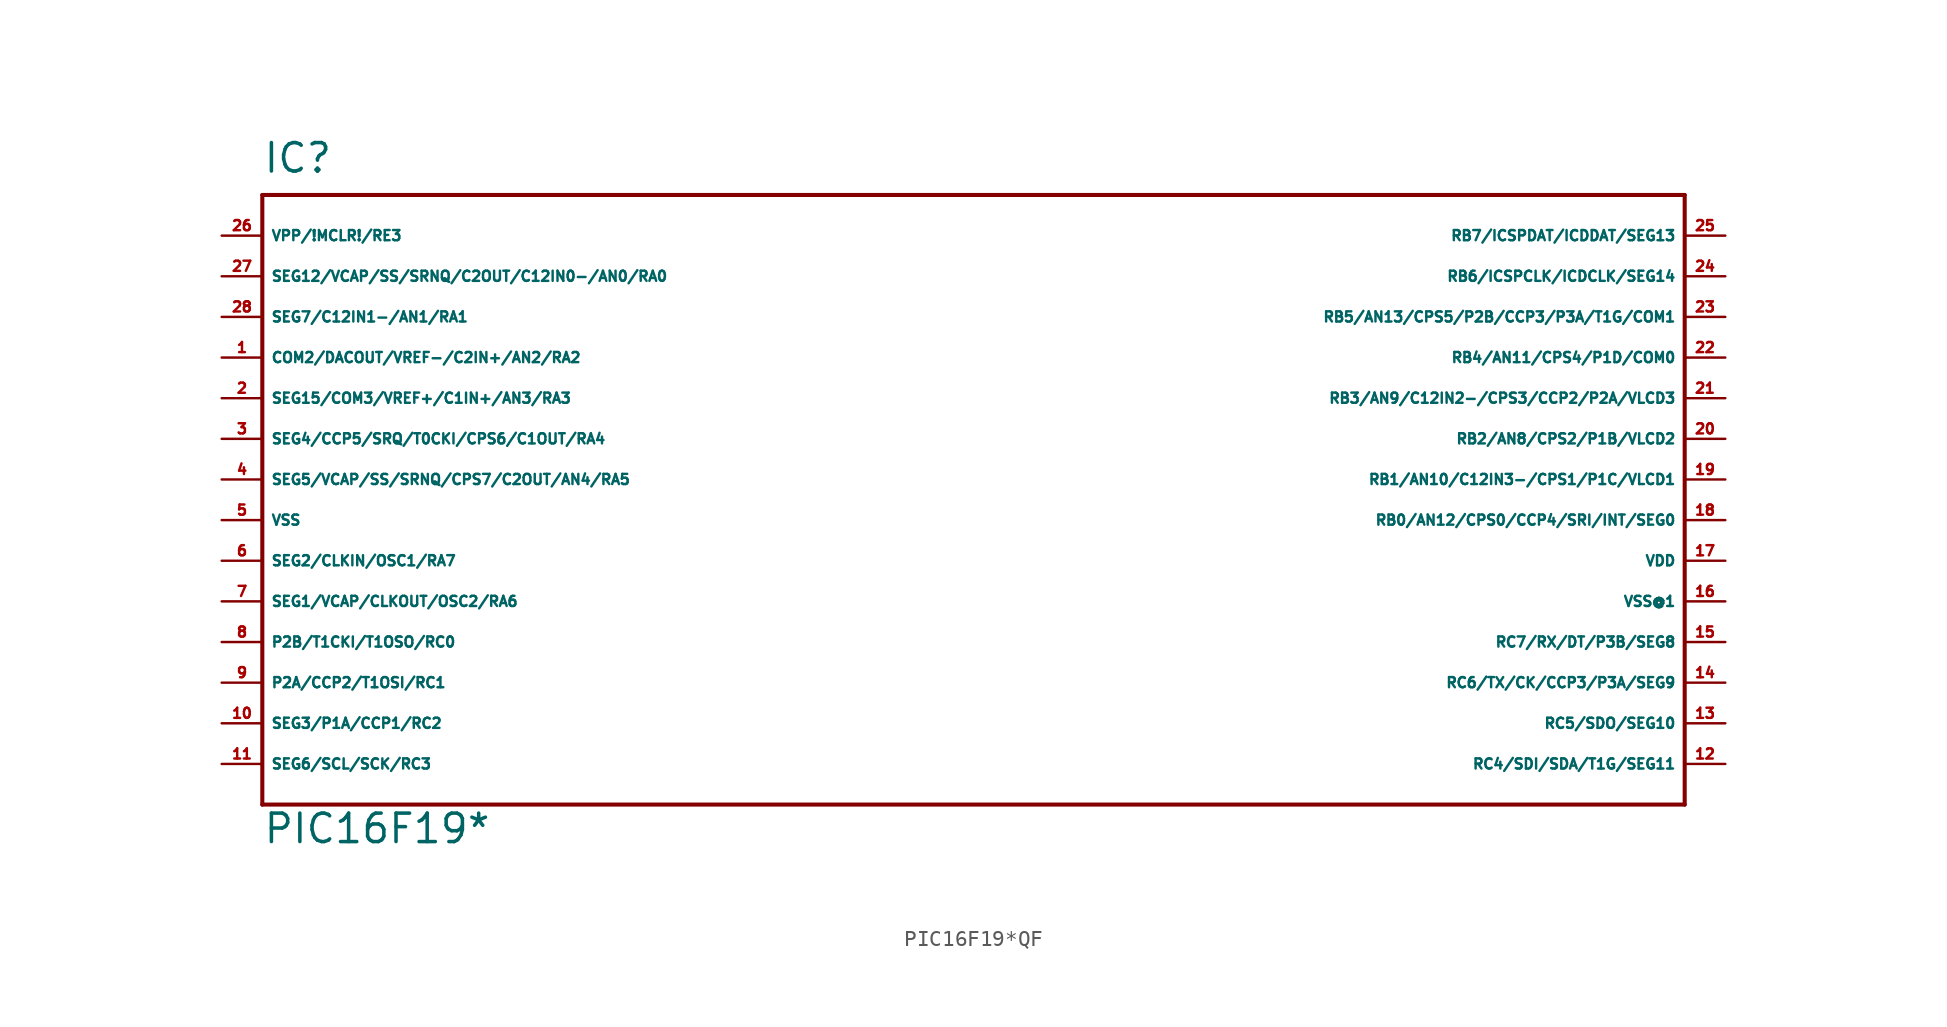
<source format=kicad_sym>
(kicad_symbol_lib
  (version 20220914)
  (generator Eagle2Kicad)
  (symbol "PIC16F19*QF"
    (property "Reference" "IC"
      (at -45.72 19.05 0)
      (effects (font (size 1.778 1.778) (thickness 0.22)) (justify left bottom)))
    (property "Value" "PIC16F19*"
      (at -45.72 -22.86 0)
      (effects (font (size 1.778 1.778) (thickness 0.22)) (justify left bottom)))
    (polyline
      (pts (xy -45.72 -20.32) (xy 43.18 -20.32))
      (stroke (width 0.254) (type default))
      (fill (type none)))
    (polyline
      (pts (xy 43.18 -20.32) (xy 43.18 17.78))
      (stroke (width 0.254) (type default))
      (fill (type none)))
    (polyline
      (pts (xy 43.18 17.78) (xy -45.72 17.78))
      (stroke (width 0.254) (type default))
      (fill (type none)))
    (polyline
      (pts (xy -45.72 17.78) (xy -45.72 -20.32))
      (stroke (width 0.254) (type default))
      (fill (type none)))
    (pin input line
      (at -48.26 15.24 0)
      (length 2.54)
      (name "VPP/!MCLR!/RE3" (effects (font (size 0.635 0.635) (thickness 0.08)) (justify left bottom)))
      (number "26" (effects (font (size 0.635 0.635) (thickness 0.08)) (justify left bottom))))
    (pin bidirectional line
      (at -48.26 12.7 0)
      (length 2.54)
      (name "SEG12/VCAP/SS/SRNQ/C2OUT/C12IN0-/AN0/RA0" (effects (font (size 0.635 0.635) (thickness 0.08)) (justify left bottom)))
      (number "27" (effects (font (size 0.635 0.635) (thickness 0.08)) (justify left bottom))))
    (pin bidirectional line
      (at -48.26 10.16 0)
      (length 2.54)
      (name "SEG7/C12IN1-/AN1/RA1" (effects (font (size 0.635 0.635) (thickness 0.08)) (justify left bottom)))
      (number "28" (effects (font (size 0.635 0.635) (thickness 0.08)) (justify left bottom))))
    (pin bidirectional line
      (at -48.26 7.62 0)
      (length 2.54)
      (name "COM2/DACOUT/VREF-/C2IN+/AN2/RA2" (effects (font (size 0.635 0.635) (thickness 0.08)) (justify left bottom)))
      (number "1" (effects (font (size 0.635 0.635) (thickness 0.08)) (justify left bottom))))
    (pin bidirectional line
      (at -48.26 5.08 0)
      (length 2.54)
      (name "SEG15/COM3/VREF+/C1IN+/AN3/RA3" (effects (font (size 0.635 0.635) (thickness 0.08)) (justify left bottom)))
      (number "2" (effects (font (size 0.635 0.635) (thickness 0.08)) (justify left bottom))))
    (pin bidirectional line
      (at -48.26 2.54 0)
      (length 2.54)
      (name "SEG4/CCP5/SRQ/T0CKI/CPS6/C1OUT/RA4" (effects (font (size 0.635 0.635) (thickness 0.08)) (justify left bottom)))
      (number "3" (effects (font (size 0.635 0.635) (thickness 0.08)) (justify left bottom))))
    (pin bidirectional line
      (at -48.26 0 0)
      (length 2.54)
      (name "SEG5/VCAP/SS/SRNQ/CPS7/C2OUT/AN4/RA5" (effects (font (size 0.635 0.635) (thickness 0.08)) (justify left bottom)))
      (number "4" (effects (font (size 0.635 0.635) (thickness 0.08)) (justify left bottom))))
    (pin unspecified line
      (at -48.26 -2.54 0)
      (length 2.54)
      (name "VSS" (effects (font (size 0.635 0.635) (thickness 0.08)) (justify left bottom)))
      (number "5" (effects (font (size 0.635 0.635) (thickness 0.08)) (justify left bottom))))
    (pin bidirectional line
      (at -48.26 -5.08 0)
      (length 2.54)
      (name "SEG2/CLKIN/OSC1/RA7" (effects (font (size 0.635 0.635) (thickness 0.08)) (justify left bottom)))
      (number "6" (effects (font (size 0.635 0.635) (thickness 0.08)) (justify left bottom))))
    (pin bidirectional line
      (at -48.26 -7.62 0)
      (length 2.54)
      (name "SEG1/VCAP/CLKOUT/OSC2/RA6" (effects (font (size 0.635 0.635) (thickness 0.08)) (justify left bottom)))
      (number "7" (effects (font (size 0.635 0.635) (thickness 0.08)) (justify left bottom))))
    (pin bidirectional line
      (at -48.26 -10.16 0)
      (length 2.54)
      (name "P2B/T1CKI/T1OSO/RC0" (effects (font (size 0.635 0.635) (thickness 0.08)) (justify left bottom)))
      (number "8" (effects (font (size 0.635 0.635) (thickness 0.08)) (justify left bottom))))
    (pin bidirectional line
      (at -48.26 -12.7 0)
      (length 2.54)
      (name "P2A/CCP2/T1OSI/RC1" (effects (font (size 0.635 0.635) (thickness 0.08)) (justify left bottom)))
      (number "9" (effects (font (size 0.635 0.635) (thickness 0.08)) (justify left bottom))))
    (pin bidirectional line
      (at -48.26 -15.24 0)
      (length 2.54)
      (name "SEG3/P1A/CCP1/RC2" (effects (font (size 0.635 0.635) (thickness 0.08)) (justify left bottom)))
      (number "10" (effects (font (size 0.635 0.635) (thickness 0.08)) (justify left bottom))))
    (pin bidirectional line
      (at -48.26 -17.78 0)
      (length 2.54)
      (name "SEG6/SCL/SCK/RC3" (effects (font (size 0.635 0.635) (thickness 0.08)) (justify left bottom)))
      (number "11" (effects (font (size 0.635 0.635) (thickness 0.08)) (justify left bottom))))
    (pin bidirectional line
      (at 45.72 -17.78 180)
      (length 2.54)
      (name "RC4/SDI/SDA/T1G/SEG11" (effects (font (size 0.635 0.635) (thickness 0.08)) (justify left bottom)))
      (number "12" (effects (font (size 0.635 0.635) (thickness 0.08)) (justify left bottom))))
    (pin bidirectional line
      (at 45.72 -15.24 180)
      (length 2.54)
      (name "RC5/SDO/SEG10" (effects (font (size 0.635 0.635) (thickness 0.08)) (justify left bottom)))
      (number "13" (effects (font (size 0.635 0.635) (thickness 0.08)) (justify left bottom))))
    (pin bidirectional line
      (at 45.72 -12.7 180)
      (length 2.54)
      (name "RC6/TX/CK/CCP3/P3A/SEG9" (effects (font (size 0.635 0.635) (thickness 0.08)) (justify left bottom)))
      (number "14" (effects (font (size 0.635 0.635) (thickness 0.08)) (justify left bottom))))
    (pin bidirectional line
      (at 45.72 -10.16 180)
      (length 2.54)
      (name "RC7/RX/DT/P3B/SEG8" (effects (font (size 0.635 0.635) (thickness 0.08)) (justify left bottom)))
      (number "15" (effects (font (size 0.635 0.635) (thickness 0.08)) (justify left bottom))))
    (pin unspecified line
      (at 45.72 -7.62 180)
      (length 2.54)
      (name "VSS@1" (effects (font (size 0.635 0.635) (thickness 0.08)) (justify left bottom)))
      (number "16" (effects (font (size 0.635 0.635) (thickness 0.08)) (justify left bottom))))
    (pin unspecified line
      (at 45.72 -5.08 180)
      (length 2.54)
      (name "VDD" (effects (font (size 0.635 0.635) (thickness 0.08)) (justify left bottom)))
      (number "17" (effects (font (size 0.635 0.635) (thickness 0.08)) (justify left bottom))))
    (pin bidirectional line
      (at 45.72 -2.54 180)
      (length 2.54)
      (name "RB0/AN12/CPS0/CCP4/SRI/INT/SEG0" (effects (font (size 0.635 0.635) (thickness 0.08)) (justify left bottom)))
      (number "18" (effects (font (size 0.635 0.635) (thickness 0.08)) (justify left bottom))))
    (pin bidirectional line
      (at 45.72 0 180)
      (length 2.54)
      (name "RB1/AN10/C12IN3-/CPS1/P1C/VLCD1" (effects (font (size 0.635 0.635) (thickness 0.08)) (justify left bottom)))
      (number "19" (effects (font (size 0.635 0.635) (thickness 0.08)) (justify left bottom))))
    (pin bidirectional line
      (at 45.72 2.54 180)
      (length 2.54)
      (name "RB2/AN8/CPS2/P1B/VLCD2" (effects (font (size 0.635 0.635) (thickness 0.08)) (justify left bottom)))
      (number "20" (effects (font (size 0.635 0.635) (thickness 0.08)) (justify left bottom))))
    (pin bidirectional line
      (at 45.72 5.08 180)
      (length 2.54)
      (name "RB3/AN9/C12IN2-/CPS3/CCP2/P2A/VLCD3" (effects (font (size 0.635 0.635) (thickness 0.08)) (justify left bottom)))
      (number "21" (effects (font (size 0.635 0.635) (thickness 0.08)) (justify left bottom))))
    (pin bidirectional line
      (at 45.72 7.62 180)
      (length 2.54)
      (name "RB4/AN11/CPS4/P1D/COM0" (effects (font (size 0.635 0.635) (thickness 0.08)) (justify left bottom)))
      (number "22" (effects (font (size 0.635 0.635) (thickness 0.08)) (justify left bottom))))
    (pin bidirectional line
      (at 45.72 10.16 180)
      (length 2.54)
      (name "RB5/AN13/CPS5/P2B/CCP3/P3A/T1G/COM1" (effects (font (size 0.635 0.635) (thickness 0.08)) (justify left bottom)))
      (number "23" (effects (font (size 0.635 0.635) (thickness 0.08)) (justify left bottom))))
    (pin bidirectional line
      (at 45.72 12.7 180)
      (length 2.54)
      (name "RB6/ICSPCLK/ICDCLK/SEG14" (effects (font (size 0.635 0.635) (thickness 0.08)) (justify left bottom)))
      (number "24" (effects (font (size 0.635 0.635) (thickness 0.08)) (justify left bottom))))
    (pin bidirectional line
      (at 45.72 15.24 180)
      (length 2.54)
      (name "RB7/ICSPDAT/ICDDAT/SEG13" (effects (font (size 0.635 0.635) (thickness 0.08)) (justify left bottom)))
      (number "25" (effects (font (size 0.635 0.635) (thickness 0.08)) (justify left bottom))))))
</source>
